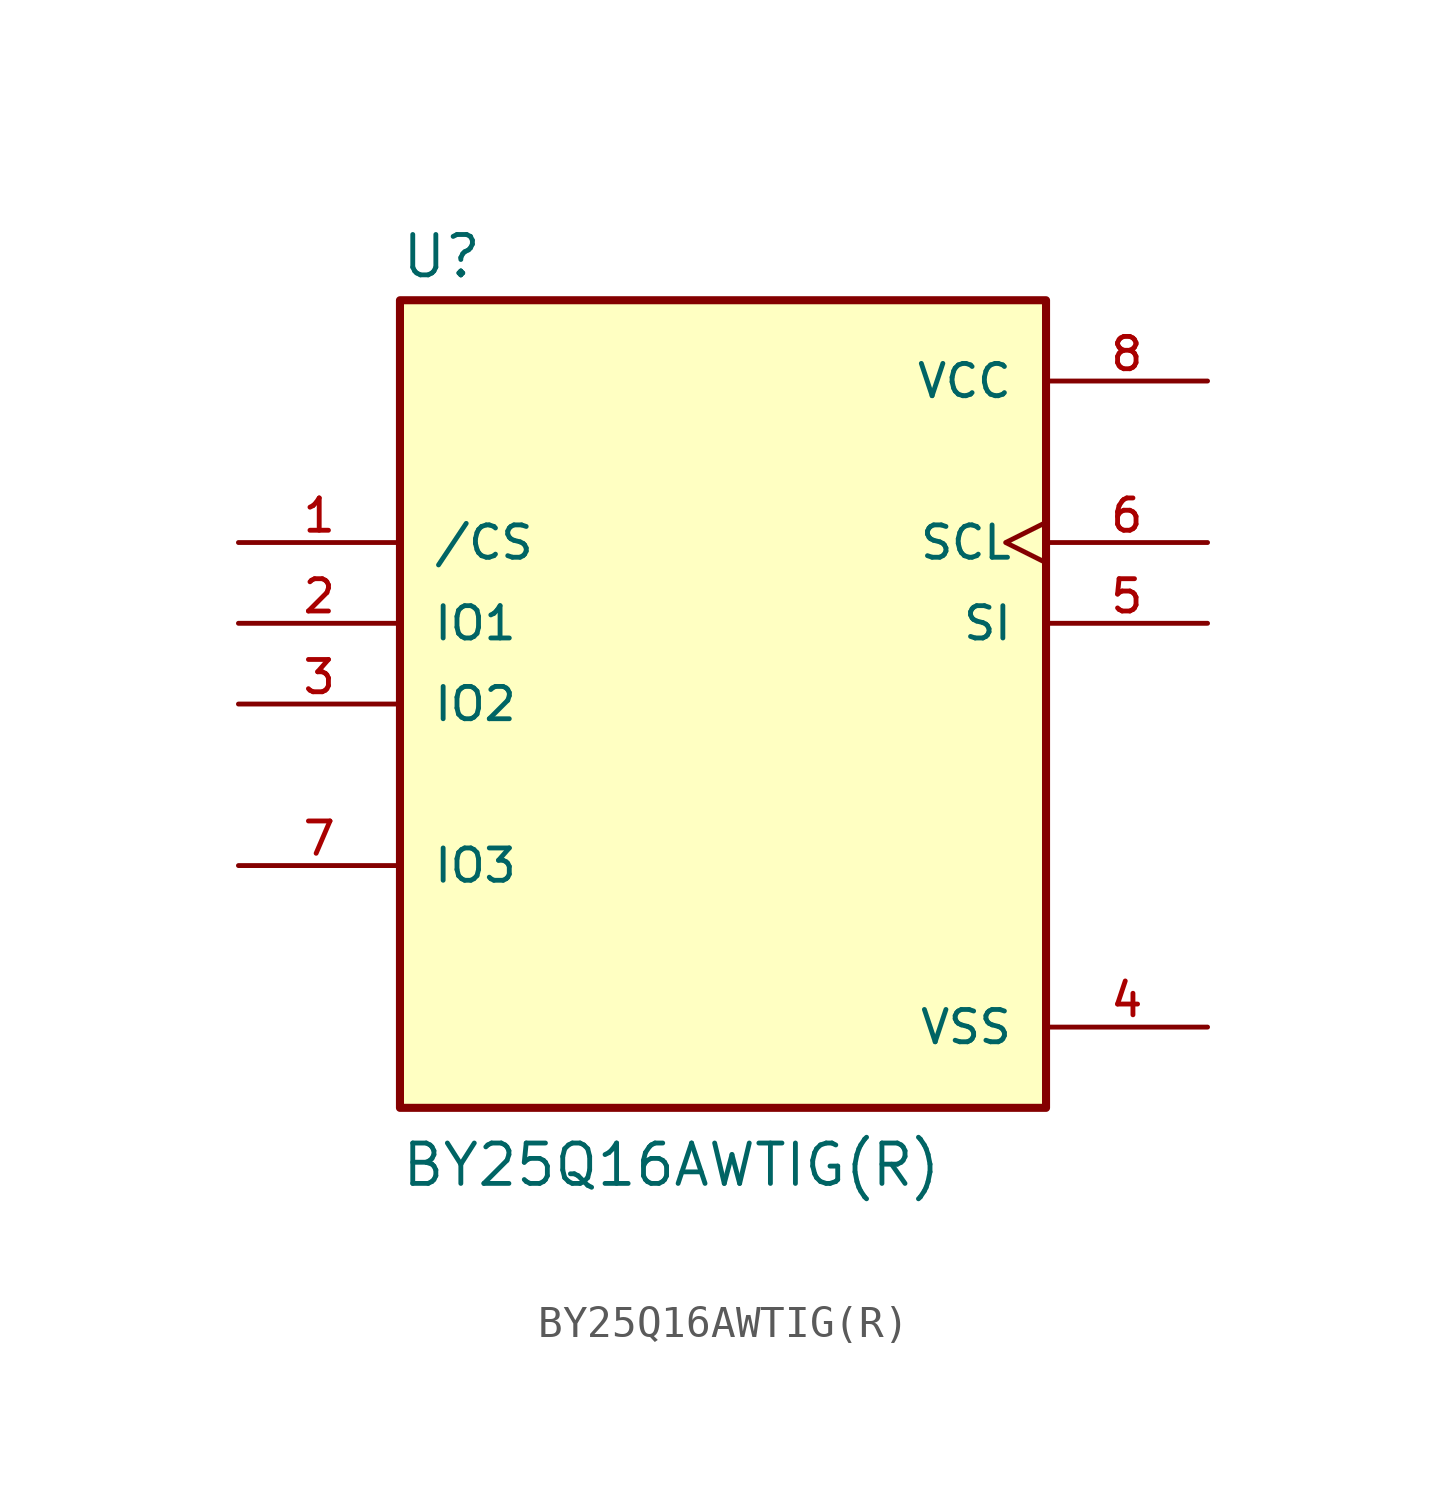
<source format=kicad_sym>
(kicad_symbol_lib
  (version 20241209)
  (generator "kicad_symbol_editor")
  (generator_version "9.0")
  (symbol "BY25Q16AWTIG(R)"
    (pin_names
      (offset 1.016))
    (property "Reference" "U"
      (at -10.16 13.335 0)
      (effects (font (size 1.27 1.27)) (justify left bottom)))
    (property "Value" "BY25Q16AWTIG(R)"
      (at -10.16 -15.24 0)
      (effects (font (size 1.27 1.27)) (justify left bottom)))
    (symbol "BY25Q16AWTIG(R)_0_0"
      (rectangle (start -10.16 12.7) (end 10.16 -12.7) (stroke (width 0.254) (type default)) (fill (type background)))
      (pin power_in line (at 15.24 10.16 180) (length 5.08) (name "VCC" (effects (font (size 1.016 1.016)))) (number "8" (effects (font (size 1.016 1.016)))))
      (pin input clock (at 15.24 5.08 180) (length 5.08) (name "SCL" (effects (font (size 1.016 1.016)))) (number "6" (effects (font (size 1.016 1.016)))))
      (pin power_in line (at 15.24 -10.16 180) (length 5.08) (name "VSS" (effects (font (size 1.016 1.016)))) (number "4" (effects (font (size 1.016 1.016))))))
    (symbol "BY25Q16AWTIG(R)_1_0"
      (pin input line (at -15.24 5.08 0) (length 5.08) (name "/CS" (effects (font (size 1.016 1.016)))) (number "1" (effects (font (size 1.016 1.016)))))
      (pin input line (at -15.24 2.54 0) (length 5.08) (name "IO1" (effects (font (size 1.016 1.016)))) (number "2" (effects (font (size 1.016 1.016)))))
      (pin input line (at -15.24 0 0) (length 5.08) (name "IO2" (effects (font (size 1.016 1.016)))) (number "3" (effects (font (size 1.016 1.016)))))
      (pin input line (at -15.24 -5.08 0) (length 5.08) (name "IO3" (effects (font (size 1.016 1.016)))) (number "7" (effects (font (size 1.016 1.016)))))
      (pin bidirectional line (at 15.24 2.54 180) (length 5.08) (name "SI" (effects (font (size 1.016 1.016)))) (number "5" (effects (font (size 1.016 1.016))))))))
</source>
